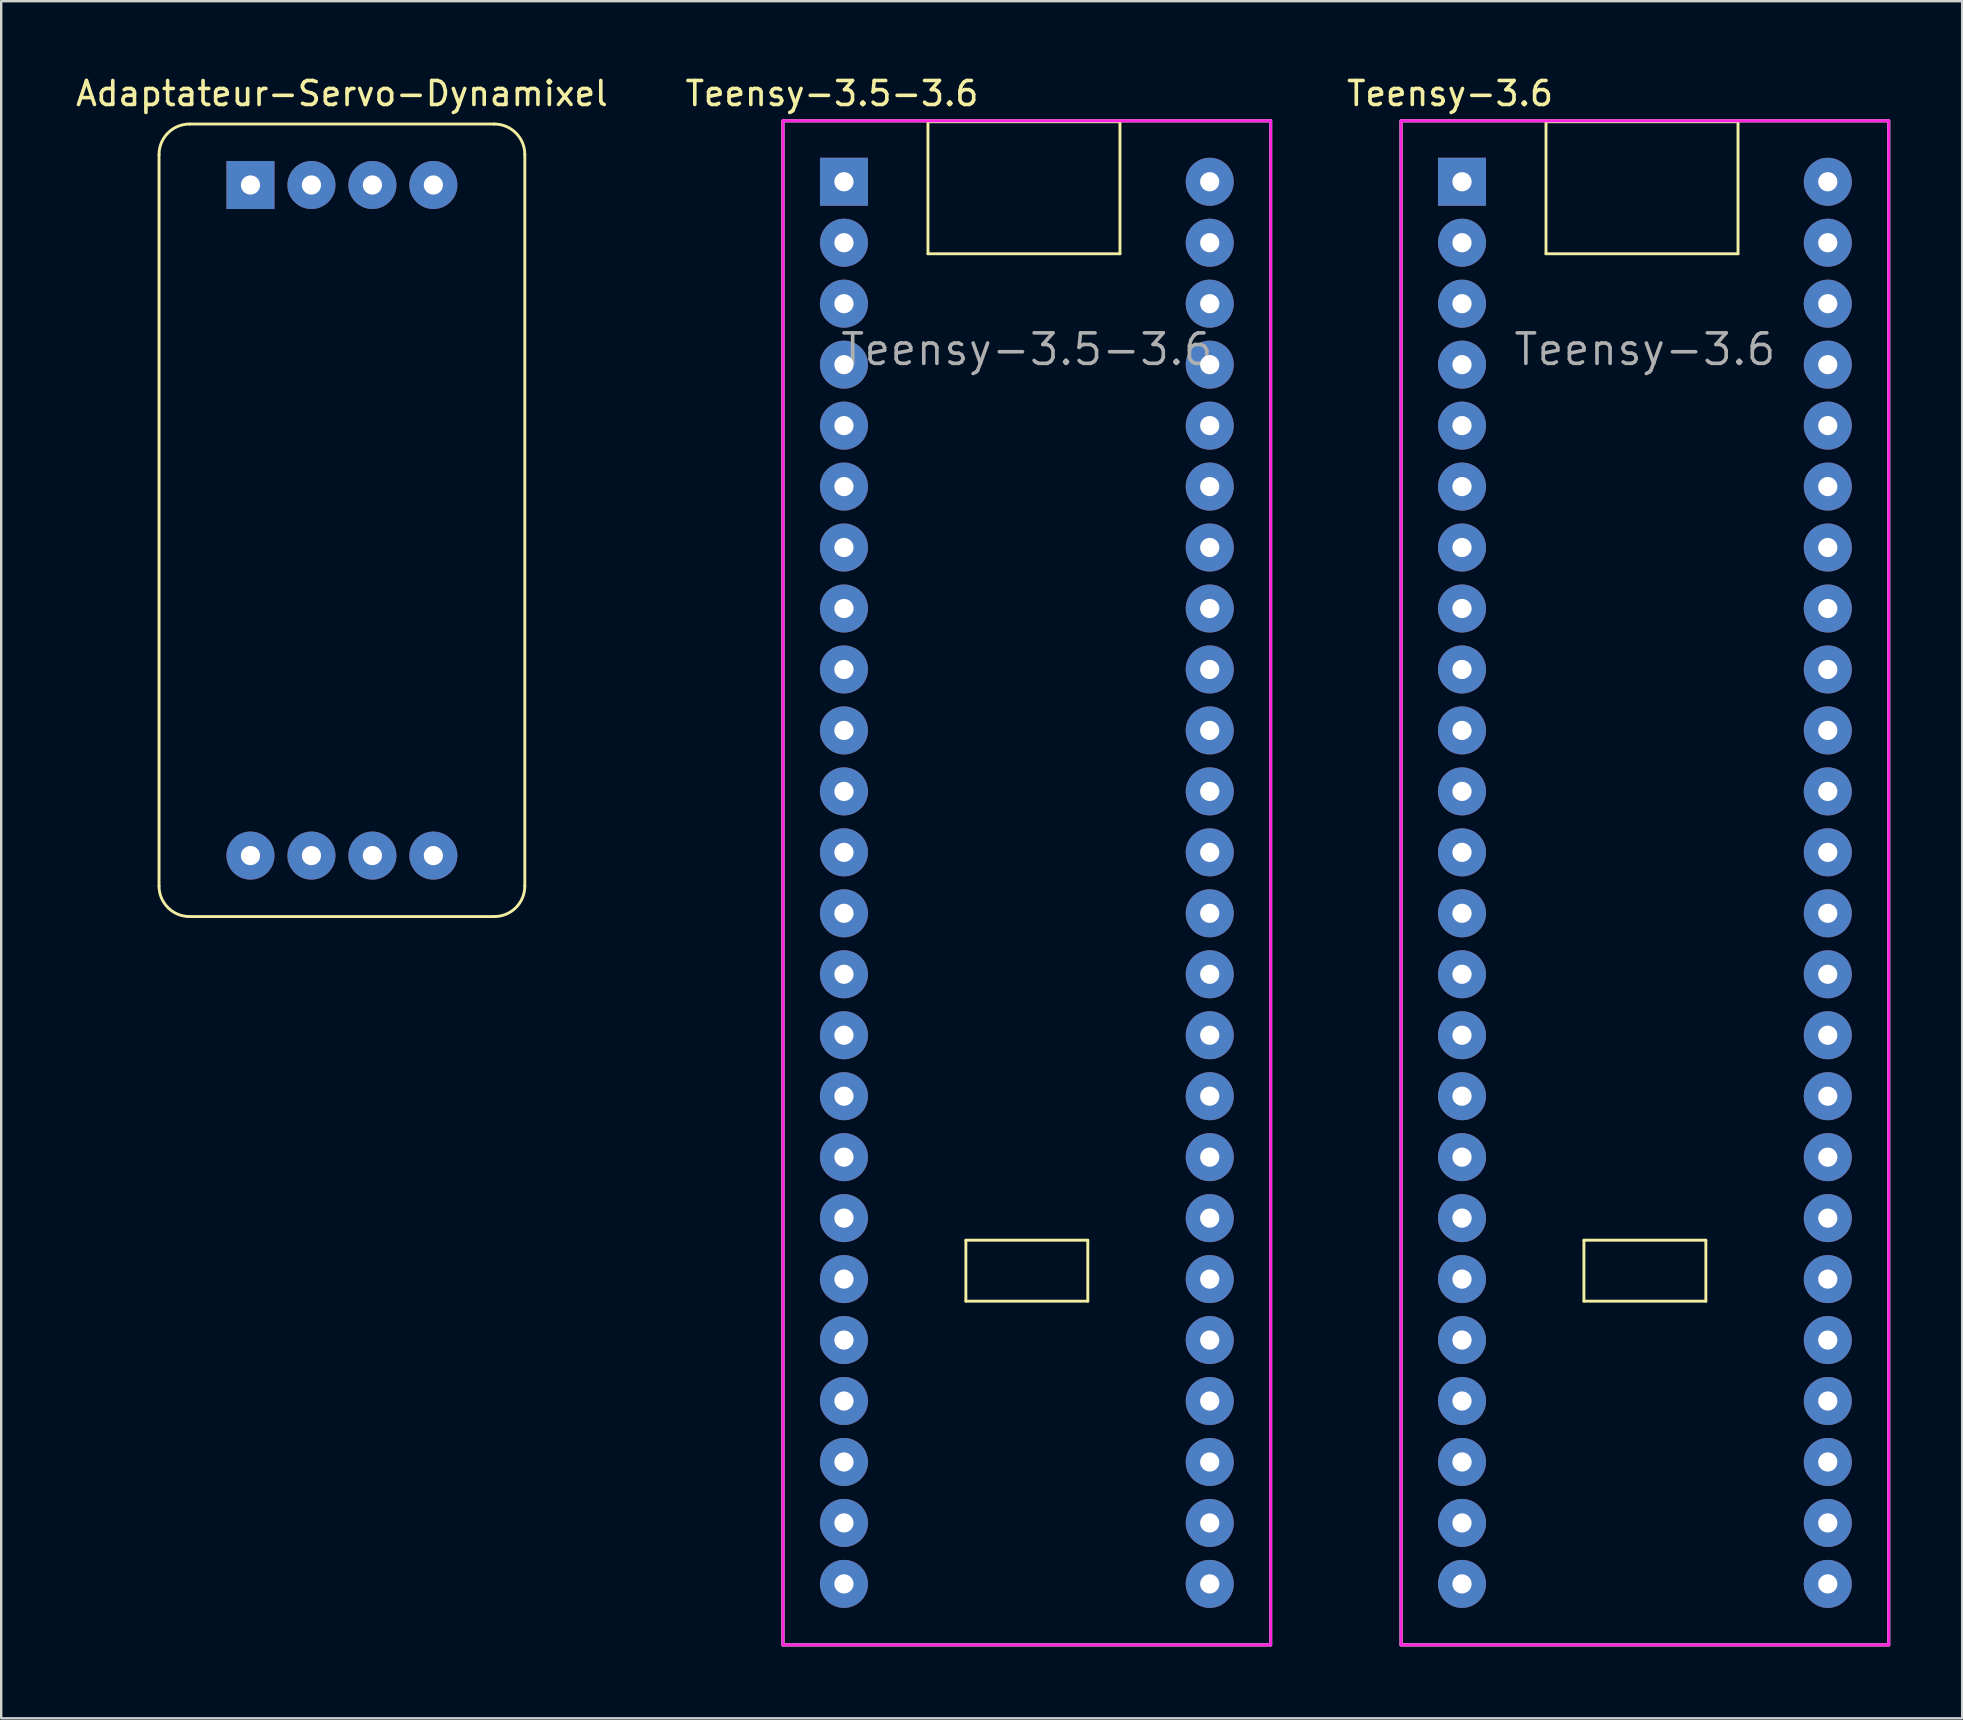
<source format=kicad_pcb>
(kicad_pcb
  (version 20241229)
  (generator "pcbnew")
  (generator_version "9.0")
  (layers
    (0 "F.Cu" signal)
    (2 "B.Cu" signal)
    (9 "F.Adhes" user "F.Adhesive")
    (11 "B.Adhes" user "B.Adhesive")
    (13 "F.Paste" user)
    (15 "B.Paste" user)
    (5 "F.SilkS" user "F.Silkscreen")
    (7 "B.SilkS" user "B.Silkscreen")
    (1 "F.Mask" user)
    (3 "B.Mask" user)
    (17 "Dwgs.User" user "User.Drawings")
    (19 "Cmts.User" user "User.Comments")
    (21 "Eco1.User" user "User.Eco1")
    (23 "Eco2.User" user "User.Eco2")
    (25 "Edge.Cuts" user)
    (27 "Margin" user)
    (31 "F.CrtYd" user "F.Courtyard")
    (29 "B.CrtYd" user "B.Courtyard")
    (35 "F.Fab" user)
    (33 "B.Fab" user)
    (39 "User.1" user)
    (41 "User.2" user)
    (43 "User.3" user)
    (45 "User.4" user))
  (footprint "Teensy-3.6"
    (layer "F.Cu")
    (at 57.864 4.523)
    (property "Reference" "Teensy-3.6" (at -0.5 -3.675 0) (layer "F.SilkS") (effects (font (size 1 1) (thickness 0.15))))
    (attr through_hole)
    (fp_line (start -2.54 -2.54) (end 17.78 -2.54) (stroke (width 0.12) (type solid)) (layer "F.SilkS"))
    (fp_line (start -2.54 60.96) (end -2.54 -2.54) (stroke (width 0.12) (type solid)) (layer "F.SilkS"))
    (fp_line (start 3.5 -2.5) (end 11.5 -2.5) (stroke (width 0.12) (type solid)) (layer "F.SilkS"))
    (fp_line (start 3.5 3) (end 3.5 -2.5) (stroke (width 0.12) (type solid)) (layer "F.SilkS"))
    (fp_line (start 3.5 3) (end 11.5 3) (stroke (width 0.12) (type solid)) (layer "F.SilkS"))
    (fp_line (start 5.08 44.1) (end 10.16 44.1) (stroke (width 0.12) (type solid)) (layer "F.SilkS"))
    (fp_line (start 5.08 46.64) (end 5.08 44.1) (stroke (width 0.12) (type solid)) (layer "F.SilkS"))
    (fp_line (start 10.16 44.1) (end 10.16 46.64) (stroke (width 0.12) (type solid)) (layer "F.SilkS"))
    (fp_line (start 10.16 46.64) (end 5.08 46.64) (stroke (width 0.12) (type solid)) (layer "F.SilkS"))
    (fp_line (start 11.5 -2.5) (end 11.5 3) (stroke (width 0.12) (type solid)) (layer "F.SilkS"))
    (fp_line (start 17.78 -2.54) (end 17.78 60.96) (stroke (width 0.12) (type solid)) (layer "F.SilkS"))
    (fp_line (start 17.78 60.96) (end -2.54 60.96) (stroke (width 0.12) (type solid)) (layer "F.SilkS"))
    (fp_line (start -2.54 -2.54) (end 17.78 -2.54) (stroke (width 0.12) (type solid)) (layer "F.CrtYd"))
    (fp_line (start -2.54 60.96) (end -2.54 -2.54) (stroke (width 0.12) (type solid)) (layer "F.CrtYd"))
    (fp_line (start 17.78 -2.54) (end 17.78 60.96) (stroke (width 0.12) (type solid)) (layer "F.CrtYd"))
    (fp_line (start 17.78 60.96) (end -2.54 60.96) (stroke (width 0.12) (type solid)) (layer "F.CrtYd"))
    (fp_line (start -2.54 -2.54) (end 17.78 -2.54) (stroke (width 0.12) (type solid)) (layer "F.Fab"))
    (fp_line (start -2.54 60.96) (end -2.54 -2.54) (stroke (width 0.12) (type solid)) (layer "F.Fab"))
    (fp_line (start 17.78 -2.54) (end 17.78 60.96) (stroke (width 0.12) (type solid)) (layer "F.Fab"))
    (fp_line (start 17.78 60.96) (end -2.54 60.96) (stroke (width 0.12) (type solid)) (layer "F.Fab"))
    (fp_text user "${REFERENCE}" (at 7.62 6.985 0) (layer "F.Fab") (effects (font (size 1.27 1.27) (thickness 0.15))))
    (pad "1" thru_hole rect (at 0 0) (size 2 2) (drill 0.8) (layers "*.Cu" "*.Mask"))
    (pad "2" thru_hole circle (at 0 2.54) (size 2 2) (drill 0.8) (layers "*.Cu" "*.Mask"))
    (pad "3" thru_hole circle (at 0 5.08) (size 2 2) (drill 0.8) (layers "*.Cu" "*.Mask"))
    (pad "4" thru_hole circle (at 0 7.62) (size 2 2) (drill 0.8) (layers "*.Cu" "*.Mask"))
    (pad "5" thru_hole circle (at 0 10.16) (size 2 2) (drill 0.8) (layers "*.Cu" "*.Mask"))
    (pad "6" thru_hole circle (at 0 12.7) (size 2 2) (drill 0.8) (layers "*.Cu" "*.Mask"))
    (pad "7" thru_hole circle (at 0 15.24) (size 2 2) (drill 0.8) (layers "*.Cu" "*.Mask"))
    (pad "8" thru_hole circle (at 0 17.78) (size 2 2) (drill 0.8) (layers "*.Cu" "*.Mask"))
    (pad "9" thru_hole circle (at 0 20.32) (size 2 2) (drill 0.8) (layers "*.Cu" "*.Mask"))
    (pad "10" thru_hole circle (at 0 22.86) (size 2 2) (drill 0.8) (layers "*.Cu" "*.Mask"))
    (pad "11" thru_hole circle (at 0 25.4) (size 2 2) (drill 0.8) (layers "*.Cu" "*.Mask"))
    (pad "12" thru_hole circle (at 0 27.94) (size 2 2) (drill 0.8) (layers "*.Cu" "*.Mask"))
    (pad "13" thru_hole circle (at 0 30.48) (size 2 2) (drill 0.8) (layers "*.Cu" "*.Mask"))
    (pad "14" thru_hole circle (at 0 33.02) (size 2 2) (drill 0.8) (layers "*.Cu" "*.Mask"))
    (pad "15" thru_hole circle (at 0 35.56) (size 2 2) (drill 0.8) (layers "*.Cu" "*.Mask"))
    (pad "16" thru_hole circle (at 0 38.1) (size 2 2) (drill 0.8) (layers "*.Cu" "*.Mask"))
    (pad "17" thru_hole circle (at 0 40.64) (size 2 2) (drill 0.8) (layers "*.Cu" "*.Mask"))
    (pad "18" thru_hole circle (at 0 43.18) (size 2 2) (drill 0.8) (layers "*.Cu" "*.Mask"))
    (pad "19" thru_hole circle (at 0 45.72) (size 2 2) (drill 0.8) (layers "*.Cu" "*.Mask"))
    (pad "20" thru_hole circle (at 0 48.26) (size 2 2) (drill 0.8) (layers "*.Cu" "*.Mask"))
    (pad "21" thru_hole circle (at 0 50.8) (size 2 2) (drill 0.8) (layers "*.Cu" "*.Mask"))
    (pad "22" thru_hole circle (at 0 53.34) (size 2 2) (drill 0.8) (layers "*.Cu" "*.Mask"))
    (pad "23" thru_hole circle (at 0 55.88) (size 2 2) (drill 0.8) (layers "*.Cu" "*.Mask"))
    (pad "24" thru_hole circle (at 0 58.42) (size 2 2) (drill 0.8) (layers "*.Cu" "*.Mask"))
    (pad "25" thru_hole circle (at 15.24 58.42) (size 2 2) (drill 0.8) (layers "*.Cu" "*.Mask"))
    (pad "26" thru_hole circle (at 15.24 55.88) (size 2 2) (drill 0.8) (layers "*.Cu" "*.Mask"))
    (pad "27" thru_hole circle (at 15.24 53.34) (size 2 2) (drill 0.8) (layers "*.Cu" "*.Mask"))
    (pad "28" thru_hole circle (at 15.24 50.8) (size 2 2) (drill 0.8) (layers "*.Cu" "*.Mask"))
    (pad "29" thru_hole circle (at 15.24 48.26) (size 2 2) (drill 0.8) (layers "*.Cu" "*.Mask"))
    (pad "30" thru_hole circle (at 15.24 45.72) (size 2 2) (drill 0.8) (layers "*.Cu" "*.Mask"))
    (pad "31" thru_hole circle (at 15.24 43.18) (size 2 2) (drill 0.8) (layers "*.Cu" "*.Mask"))
    (pad "32" thru_hole circle (at 15.24 40.64) (size 2 2) (drill 0.8) (layers "*.Cu" "*.Mask"))
    (pad "33" thru_hole circle (at 15.24 38.1) (size 2 2) (drill 0.8) (layers "*.Cu" "*.Mask"))
    (pad "34" thru_hole circle (at 15.24 35.56) (size 2 2) (drill 0.8) (layers "*.Cu" "*.Mask"))
    (pad "35" thru_hole circle (at 15.24 33.02) (size 2 2) (drill 0.8) (layers "*.Cu" "*.Mask"))
    (pad "36" thru_hole circle (at 15.24 30.48) (size 2 2) (drill 0.8) (layers "*.Cu" "*.Mask"))
    (pad "37" thru_hole circle (at 15.24 27.94) (size 2 2) (drill 0.8) (layers "*.Cu" "*.Mask"))
    (pad "38" thru_hole circle (at 15.24 25.4) (size 2 2) (drill 0.8) (layers "*.Cu" "*.Mask"))
    (pad "39" thru_hole circle (at 15.24 22.86) (size 2 2) (drill 0.8) (layers "*.Cu" "*.Mask"))
    (pad "40" thru_hole circle (at 15.24 20.32) (size 2 2) (drill 0.8) (layers "*.Cu" "*.Mask"))
    (pad "41" thru_hole circle (at 15.24 17.78) (size 2 2) (drill 0.8) (layers "*.Cu" "*.Mask"))
    (pad "42" thru_hole circle (at 15.24 15.24) (size 2 2) (drill 0.8) (layers "*.Cu" "*.Mask"))
    (pad "43" thru_hole circle (at 15.24 12.7) (size 2 2) (drill 0.8) (layers "*.Cu" "*.Mask"))
    (pad "44" thru_hole circle (at 15.24 10.16) (size 2 2) (drill 0.8) (layers "*.Cu" "*.Mask"))
    (pad "45" thru_hole circle (at 15.24 7.62) (size 2 2) (drill 0.8) (layers "*.Cu" "*.Mask"))
    (pad "46" thru_hole circle (at 15.24 5.08) (size 2 2) (drill 0.8) (layers "*.Cu" "*.Mask"))
    (pad "47" thru_hole circle (at 15.24 2.54) (size 2 2) (drill 0.8) (layers "*.Cu" "*.Mask"))
    (pad "48" thru_hole circle (at 15.24 0) (size 2 2) (drill 0.8) (layers "*.Cu" "*.Mask")))
  (footprint "Adaptateur-Servo-Dynamixel"
    (layer "F.Cu")
    (at 7.386 4.658)
    (property "Reference" "Adaptateur-Servo-Dynamixel" (at 3.81 -3.81 0) (layer "F.SilkS") (effects (font (size 1 1) (thickness 0.15))))
    (attr through_hole)
    (fp_line (start -3.81 -1.27) (end -3.81 29.21) (stroke (width 0.12) (type solid)) (layer "F.SilkS"))
    (fp_line (start -2.54 30.48) (end 10.16 30.48) (stroke (width 0.12) (type solid)) (layer "F.SilkS"))
    (fp_line (start 10.16 -2.54) (end -2.54 -2.54) (stroke (width 0.12) (type solid)) (layer "F.SilkS"))
    (fp_line (start 11.43 29.21) (end 11.43 -1.27) (stroke (width 0.12) (type solid)) (layer "F.SilkS"))
    (fp_arc (start -3.81 -1.27) (mid -3.438026 -2.168026) (end -2.54 -2.54) (stroke (width 0.12) (type solid)) (layer "F.SilkS"))
    (fp_arc (start -2.54 30.48) (mid -3.438026 30.108026) (end -3.81 29.21) (stroke (width 0.12) (type solid)) (layer "F.SilkS"))
    (fp_arc (start 10.16 -2.54) (mid 11.058026 -2.168026) (end 11.43 -1.27) (stroke (width 0.12) (type solid)) (layer "F.SilkS"))
    (fp_arc (start 11.43 29.21) (mid 11.058026 30.108026) (end 10.16 30.48) (stroke (width 0.12) (type solid)) (layer "F.SilkS"))
    (pad "1" thru_hole rect (at 0 0) (size 2 2) (drill 0.8) (layers "*.Cu" "*.Mask"))
    (pad "2" thru_hole circle (at 2.54 0) (size 2 2) (drill 0.8) (layers "*.Cu" "*.Mask"))
    (pad "3" thru_hole circle (at 5.08 0) (size 2 2) (drill 0.8) (layers "*.Cu" "*.Mask"))
    (pad "4" thru_hole circle (at 7.62 0) (size 2 2) (drill 0.8) (layers "*.Cu" "*.Mask"))
    (pad "5" thru_hole circle (at 0 27.94) (size 2 2) (drill 0.8) (layers "*.Cu" "*.Mask"))
    (pad "6" thru_hole circle (at 2.54 27.94) (size 2 2) (drill 0.8) (layers "*.Cu" "*.Mask"))
    (pad "7" thru_hole circle (at 5.08 27.94) (size 2 2) (drill 0.8) (layers "*.Cu" "*.Mask"))
    (pad "8" thru_hole circle (at 7.62 27.94) (size 2 2) (drill 0.8) (layers "*.Cu" "*.Mask")))
  (footprint "Teensy-3.5-3.6"
    (layer "F.Cu")
    (at 32.113 4.523)
    (property "Reference" "Teensy-3.5-3.6" (at -0.5 -3.675 0) (layer "F.SilkS") (effects (font (size 1 1) (thickness 0.15))))
    (attr through_hole)
    (fp_line (start -2.54 -2.54) (end 17.78 -2.54) (stroke (width 0.12) (type solid)) (layer "F.SilkS"))
    (fp_line (start -2.54 60.96) (end -2.54 -2.54) (stroke (width 0.12) (type solid)) (layer "F.SilkS"))
    (fp_line (start 3.5 -2.5) (end 11.5 -2.5) (stroke (width 0.12) (type solid)) (layer "F.SilkS"))
    (fp_line (start 3.5 3) (end 3.5 -2.5) (stroke (width 0.12) (type solid)) (layer "F.SilkS"))
    (fp_line (start 3.5 3) (end 11.5 3) (stroke (width 0.12) (type solid)) (layer "F.SilkS"))
    (fp_line (start 5.08 44.1) (end 10.16 44.1) (stroke (width 0.12) (type solid)) (layer "F.SilkS"))
    (fp_line (start 5.08 46.64) (end 5.08 44.1) (stroke (width 0.12) (type solid)) (layer "F.SilkS"))
    (fp_line (start 10.16 44.1) (end 10.16 46.64) (stroke (width 0.12) (type solid)) (layer "F.SilkS"))
    (fp_line (start 10.16 46.64) (end 5.08 46.64) (stroke (width 0.12) (type solid)) (layer "F.SilkS"))
    (fp_line (start 11.5 -2.5) (end 11.5 3) (stroke (width 0.12) (type solid)) (layer "F.SilkS"))
    (fp_line (start 17.78 -2.54) (end 17.78 60.96) (stroke (width 0.12) (type solid)) (layer "F.SilkS"))
    (fp_line (start 17.78 60.96) (end -2.54 60.96) (stroke (width 0.12) (type solid)) (layer "F.SilkS"))
    (fp_line (start -2.54 -2.54) (end 17.78 -2.54) (stroke (width 0.12) (type solid)) (layer "F.CrtYd"))
    (fp_line (start -2.54 60.96) (end -2.54 -2.54) (stroke (width 0.12) (type solid)) (layer "F.CrtYd"))
    (fp_line (start 17.78 -2.54) (end 17.78 60.96) (stroke (width 0.12) (type solid)) (layer "F.CrtYd"))
    (fp_line (start 17.78 60.96) (end -2.54 60.96) (stroke (width 0.12) (type solid)) (layer "F.CrtYd"))
    (fp_line (start -2.54 -2.54) (end 17.78 -2.54) (stroke (width 0.12) (type solid)) (layer "F.Fab"))
    (fp_line (start -2.54 60.96) (end -2.54 -2.54) (stroke (width 0.12) (type solid)) (layer "F.Fab"))
    (fp_line (start 17.78 -2.54) (end 17.78 60.96) (stroke (width 0.12) (type solid)) (layer "F.Fab"))
    (fp_line (start 17.78 60.96) (end -2.54 60.96) (stroke (width 0.12) (type solid)) (layer "F.Fab"))
    (fp_text user "${REFERENCE}" (at 7.62 6.985 0) (layer "F.Fab") (effects (font (size 1.27 1.27) (thickness 0.15))))
    (pad "1" thru_hole rect (at 0 0) (size 2 2) (drill 0.8) (layers "*.Cu" "*.Mask"))
    (pad "2" thru_hole circle (at 0 2.54) (size 2 2) (drill 0.8) (layers "*.Cu" "*.Mask"))
    (pad "3" thru_hole circle (at 0 5.08) (size 2 2) (drill 0.8) (layers "*.Cu" "*.Mask"))
    (pad "4" thru_hole circle (at 0 7.62) (size 2 2) (drill 0.8) (layers "*.Cu" "*.Mask"))
    (pad "5" thru_hole circle (at 0 10.16) (size 2 2) (drill 0.8) (layers "*.Cu" "*.Mask"))
    (pad "6" thru_hole circle (at 0 12.7) (size 2 2) (drill 0.8) (layers "*.Cu" "*.Mask"))
    (pad "7" thru_hole circle (at 0 15.24) (size 2 2) (drill 0.8) (layers "*.Cu" "*.Mask"))
    (pad "8" thru_hole circle (at 0 17.78) (size 2 2) (drill 0.8) (layers "*.Cu" "*.Mask"))
    (pad "9" thru_hole circle (at 0 20.32) (size 2 2) (drill 0.8) (layers "*.Cu" "*.Mask"))
    (pad "10" thru_hole circle (at 0 22.86) (size 2 2) (drill 0.8) (layers "*.Cu" "*.Mask"))
    (pad "11" thru_hole circle (at 0 25.4) (size 2 2) (drill 0.8) (layers "*.Cu" "*.Mask"))
    (pad "12" thru_hole circle (at 0 27.94) (size 2 2) (drill 0.8) (layers "*.Cu" "*.Mask"))
    (pad "13" thru_hole circle (at 0 30.48) (size 2 2) (drill 0.8) (layers "*.Cu" "*.Mask"))
    (pad "14" thru_hole circle (at 0 33.02) (size 2 2) (drill 0.8) (layers "*.Cu" "*.Mask"))
    (pad "15" thru_hole circle (at 0 35.56) (size 2 2) (drill 0.8) (layers "*.Cu" "*.Mask"))
    (pad "16" thru_hole circle (at 0 38.1) (size 2 2) (drill 0.8) (layers "*.Cu" "*.Mask"))
    (pad "17" thru_hole circle (at 0 40.64) (size 2 2) (drill 0.8) (layers "*.Cu" "*.Mask"))
    (pad "18" thru_hole circle (at 0 43.18) (size 2 2) (drill 0.8) (layers "*.Cu" "*.Mask"))
    (pad "19" thru_hole circle (at 0 45.72) (size 2 2) (drill 0.8) (layers "*.Cu" "*.Mask"))
    (pad "20" thru_hole circle (at 0 48.26) (size 2 2) (drill 0.8) (layers "*.Cu" "*.Mask"))
    (pad "21" thru_hole circle (at 0 50.8) (size 2 2) (drill 0.8) (layers "*.Cu" "*.Mask"))
    (pad "22" thru_hole circle (at 0 53.34) (size 2 2) (drill 0.8) (layers "*.Cu" "*.Mask"))
    (pad "23" thru_hole circle (at 0 55.88) (size 2 2) (drill 0.8) (layers "*.Cu" "*.Mask"))
    (pad "24" thru_hole circle (at 0 58.42) (size 2 2) (drill 0.8) (layers "*.Cu" "*.Mask"))
    (pad "25" thru_hole circle (at 15.24 58.42) (size 2 2) (drill 0.8) (layers "*.Cu" "*.Mask"))
    (pad "26" thru_hole circle (at 15.24 55.88) (size 2 2) (drill 0.8) (layers "*.Cu" "*.Mask"))
    (pad "27" thru_hole circle (at 15.24 53.34) (size 2 2) (drill 0.8) (layers "*.Cu" "*.Mask"))
    (pad "28" thru_hole circle (at 15.24 50.8) (size 2 2) (drill 0.8) (layers "*.Cu" "*.Mask"))
    (pad "29" thru_hole circle (at 15.24 48.26) (size 2 2) (drill 0.8) (layers "*.Cu" "*.Mask"))
    (pad "30" thru_hole circle (at 15.24 45.72) (size 2 2) (drill 0.8) (layers "*.Cu" "*.Mask"))
    (pad "31" thru_hole circle (at 15.24 43.18) (size 2 2) (drill 0.8) (layers "*.Cu" "*.Mask"))
    (pad "32" thru_hole circle (at 15.24 40.64) (size 2 2) (drill 0.8) (layers "*.Cu" "*.Mask"))
    (pad "33" thru_hole circle (at 15.24 38.1) (size 2 2) (drill 0.8) (layers "*.Cu" "*.Mask"))
    (pad "34" thru_hole circle (at 15.24 35.56) (size 2 2) (drill 0.8) (layers "*.Cu" "*.Mask"))
    (pad "35" thru_hole circle (at 15.24 33.02) (size 2 2) (drill 0.8) (layers "*.Cu" "*.Mask"))
    (pad "36" thru_hole circle (at 15.24 30.48) (size 2 2) (drill 0.8) (layers "*.Cu" "*.Mask"))
    (pad "37" thru_hole circle (at 15.24 27.94) (size 2 2) (drill 0.8) (layers "*.Cu" "*.Mask"))
    (pad "38" thru_hole circle (at 15.24 25.4) (size 2 2) (drill 0.8) (layers "*.Cu" "*.Mask"))
    (pad "39" thru_hole circle (at 15.24 22.86) (size 2 2) (drill 0.8) (layers "*.Cu" "*.Mask"))
    (pad "40" thru_hole circle (at 15.24 20.32) (size 2 2) (drill 0.8) (layers "*.Cu" "*.Mask"))
    (pad "41" thru_hole circle (at 15.24 17.78) (size 2 2) (drill 0.8) (layers "*.Cu" "*.Mask"))
    (pad "42" thru_hole circle (at 15.24 15.24) (size 2 2) (drill 0.8) (layers "*.Cu" "*.Mask"))
    (pad "43" thru_hole circle (at 15.24 12.7) (size 2 2) (drill 0.8) (layers "*.Cu" "*.Mask"))
    (pad "44" thru_hole circle (at 15.24 10.16) (size 2 2) (drill 0.8) (layers "*.Cu" "*.Mask"))
    (pad "45" thru_hole circle (at 15.24 7.62) (size 2 2) (drill 0.8) (layers "*.Cu" "*.Mask"))
    (pad "46" thru_hole circle (at 15.24 5.08) (size 2 2) (drill 0.8) (layers "*.Cu" "*.Mask"))
    (pad "47" thru_hole circle (at 15.24 2.54) (size 2 2) (drill 0.8) (layers "*.Cu" "*.Mask"))
    (pad "48" thru_hole circle (at 15.24 0) (size 2 2) (drill 0.8) (layers "*.Cu" "*.Mask")))
  (gr_rect
    (start -3 -3)
    (end 78.704 68.543)
    (stroke (width 0.1) (type default))
    (fill no)
    (layer "Edge.Cuts")))
</source>
